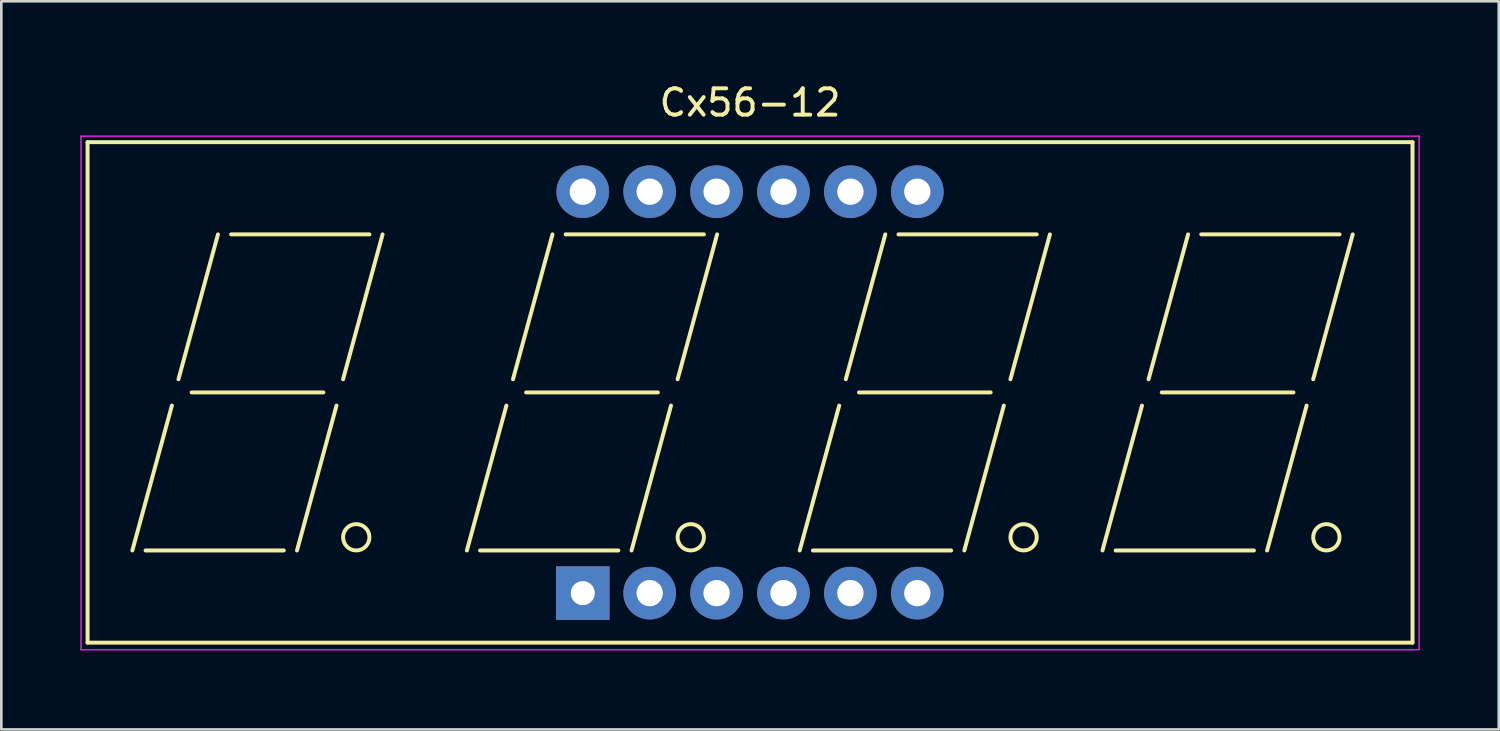
<source format=kicad_pcb>
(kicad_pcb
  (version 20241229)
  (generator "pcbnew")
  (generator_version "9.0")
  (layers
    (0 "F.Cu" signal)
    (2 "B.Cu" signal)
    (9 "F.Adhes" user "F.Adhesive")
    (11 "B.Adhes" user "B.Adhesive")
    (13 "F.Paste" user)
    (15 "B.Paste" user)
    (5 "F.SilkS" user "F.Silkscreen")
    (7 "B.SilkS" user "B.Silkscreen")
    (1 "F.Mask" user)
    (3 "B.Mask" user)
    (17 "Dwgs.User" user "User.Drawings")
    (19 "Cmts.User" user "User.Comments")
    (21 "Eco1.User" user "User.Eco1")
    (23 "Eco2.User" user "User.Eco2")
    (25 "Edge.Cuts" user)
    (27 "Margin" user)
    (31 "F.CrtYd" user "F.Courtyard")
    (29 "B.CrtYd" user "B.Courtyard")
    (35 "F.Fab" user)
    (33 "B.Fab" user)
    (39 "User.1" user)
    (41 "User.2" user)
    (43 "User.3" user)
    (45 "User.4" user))
  (footprint "Cx56-12"
    (layer "F.Cu")
    (at 19.075 19.468)
    (property "Reference" "Cx56-12" (at 6.35 -18.62 0) (layer "F.SilkS") (effects (font (size 1 1) (thickness 0.15))))
    (attr through_hole)
    (fp_line (start -18.8 -17.12) (end 31.5 -17.12) (stroke (width 0.15) (type solid)) (layer "F.SilkS"))
    (fp_line (start -18.8 1.88) (end -18.8 -17.12) (stroke (width 0.15) (type solid)) (layer "F.SilkS"))
    (fp_line (start -17.1 -1.62) (end -15.6 -7.12) (stroke (width 0.15) (type solid)) (layer "F.SilkS"))
    (fp_line (start -16.6 -1.62) (end -11.35 -1.62) (stroke (width 0.15) (type solid)) (layer "F.SilkS"))
    (fp_line (start -15.35 -8.12) (end -13.85 -13.62) (stroke (width 0.15) (type solid)) (layer "F.SilkS"))
    (fp_line (start -14.85 -7.62) (end -9.85 -7.62) (stroke (width 0.15) (type solid)) (layer "F.SilkS"))
    (fp_line (start -13.35 -13.62) (end -8.1 -13.62) (stroke (width 0.15) (type solid)) (layer "F.SilkS"))
    (fp_line (start -10.85 -1.62) (end -9.35 -7.12) (stroke (width 0.15) (type solid)) (layer "F.SilkS"))
    (fp_line (start -9.1 -8.12) (end -7.6 -13.62) (stroke (width 0.15) (type solid)) (layer "F.SilkS"))
    (fp_line (start -4.4 -1.62) (end -2.9 -7.12) (stroke (width 0.15) (type solid)) (layer "F.SilkS"))
    (fp_line (start -3.9 -1.62) (end 1.35 -1.62) (stroke (width 0.15) (type solid)) (layer "F.SilkS"))
    (fp_line (start -2.65 -8.12) (end -1.15 -13.62) (stroke (width 0.15) (type solid)) (layer "F.SilkS"))
    (fp_line (start -2.15 -7.62) (end 2.85 -7.62) (stroke (width 0.15) (type solid)) (layer "F.SilkS"))
    (fp_line (start -0.65 -13.62) (end 4.6 -13.62) (stroke (width 0.15) (type solid)) (layer "F.SilkS"))
    (fp_line (start 1.85 -1.62) (end 3.35 -7.12) (stroke (width 0.15) (type solid)) (layer "F.SilkS"))
    (fp_line (start 3.6 -8.12) (end 5.1 -13.62) (stroke (width 0.15) (type solid)) (layer "F.SilkS"))
    (fp_line (start 8.235 -1.62) (end 9.735 -7.12) (stroke (width 0.15) (type solid)) (layer "F.SilkS"))
    (fp_line (start 8.735 -1.62) (end 13.985 -1.62) (stroke (width 0.15) (type solid)) (layer "F.SilkS"))
    (fp_line (start 9.985 -8.12) (end 11.485 -13.62) (stroke (width 0.15) (type solid)) (layer "F.SilkS"))
    (fp_line (start 10.485 -7.62) (end 15.485 -7.62) (stroke (width 0.15) (type solid)) (layer "F.SilkS"))
    (fp_line (start 11.985 -13.62) (end 17.235 -13.62) (stroke (width 0.15) (type solid)) (layer "F.SilkS"))
    (fp_line (start 14.485 -1.62) (end 15.985 -7.12) (stroke (width 0.15) (type solid)) (layer "F.SilkS"))
    (fp_line (start 16.235 -8.12) (end 17.735 -13.62) (stroke (width 0.15) (type solid)) (layer "F.SilkS"))
    (fp_line (start 19.73 -1.62) (end 21.23 -7.12) (stroke (width 0.15) (type solid)) (layer "F.SilkS"))
    (fp_line (start 20.23 -1.62) (end 25.48 -1.62) (stroke (width 0.15) (type solid)) (layer "F.SilkS"))
    (fp_line (start 21.48 -8.12) (end 22.98 -13.62) (stroke (width 0.15) (type solid)) (layer "F.SilkS"))
    (fp_line (start 21.98 -7.62) (end 26.98 -7.62) (stroke (width 0.15) (type solid)) (layer "F.SilkS"))
    (fp_line (start 23.48 -13.62) (end 28.73 -13.62) (stroke (width 0.15) (type solid)) (layer "F.SilkS"))
    (fp_line (start 25.98 -1.62) (end 27.48 -7.12) (stroke (width 0.15) (type solid)) (layer "F.SilkS"))
    (fp_line (start 27.73 -8.12) (end 29.23 -13.62) (stroke (width 0.15) (type solid)) (layer "F.SilkS"))
    (fp_line (start 31.5 -17.12) (end 31.5 1.88) (stroke (width 0.15) (type solid)) (layer "F.SilkS"))
    (fp_line (start 31.5 1.88) (end -18.8 1.88) (stroke (width 0.15) (type solid)) (layer "F.SilkS"))
    (fp_circle (center -8.6 -2.12) (end -8.6 -1.62) (stroke (width 0.15) (type solid)) (fill no) (layer "F.SilkS"))
    (fp_circle (center 4.1 -2.12) (end 4.1 -1.62) (stroke (width 0.15) (type solid)) (fill no) (layer "F.SilkS"))
    (fp_circle (center 16.735 -2.12) (end 16.735 -1.62) (stroke (width 0.15) (type solid)) (fill no) (layer "F.SilkS"))
    (fp_circle (center 28.23 -2.12) (end 28.23 -1.62) (stroke (width 0.15) (type solid)) (fill no) (layer "F.SilkS"))
    (fp_line (start -19.05 -17.35) (end 31.75 -17.35) (stroke (width 0.05) (type solid)) (layer "F.CrtYd"))
    (fp_line (start -19.05 2.15) (end -19.05 -17.35) (stroke (width 0.05) (type solid)) (layer "F.CrtYd"))
    (fp_line (start 31.75 -17.35) (end 31.75 2.15) (stroke (width 0.05) (type solid)) (layer "F.CrtYd"))
    (fp_line (start 31.75 2.15) (end -19.05 2.15) (stroke (width 0.05) (type solid)) (layer "F.CrtYd"))
    (pad "1" thru_hole rect (at 0 0) (size 2.032 2.032) (drill 0.914) (layers "*.Cu" "*.Mask"))
    (pad "2" thru_hole circle (at 2.54 0) (size 2 2) (drill 1) (layers "*.Cu" "*.Mask"))
    (pad "3" thru_hole circle (at 5.08 0) (size 2 2) (drill 1) (layers "*.Cu" "*.Mask"))
    (pad "4" thru_hole circle (at 7.62 0) (size 2 2) (drill 1) (layers "*.Cu" "*.Mask"))
    (pad "5" thru_hole circle (at 10.16 0) (size 2 2) (drill 1) (layers "*.Cu" "*.Mask"))
    (pad "6" thru_hole circle (at 12.7 0) (size 2 2) (drill 1) (layers "*.Cu" "*.Mask"))
    (pad "7" thru_hole circle (at 12.7 -15.24) (size 2 2) (drill 1) (layers "*.Cu" "*.Mask"))
    (pad "8" thru_hole circle (at 10.16 -15.24) (size 2 2) (drill 1) (layers "*.Cu" "*.Mask"))
    (pad "9" thru_hole circle (at 7.62 -15.24) (size 2 2) (drill 1) (layers "*.Cu" "*.Mask"))
    (pad "10" thru_hole circle (at 5.08 -15.24) (size 2 2) (drill 1) (layers "*.Cu" "*.Mask"))
    (pad "11" thru_hole circle (at 2.54 -15.24) (size 2 2) (drill 1) (layers "*.Cu" "*.Mask"))
    (pad "12" thru_hole circle (at 0 -15.24) (size 2 2) (drill 1) (layers "*.Cu" "*.Mask")))
  (gr_rect
    (start -3 -3)
    (end 53.85 24.643)
    (stroke (width 0.1) (type default))
    (fill no)
    (layer "Edge.Cuts")))
</source>
